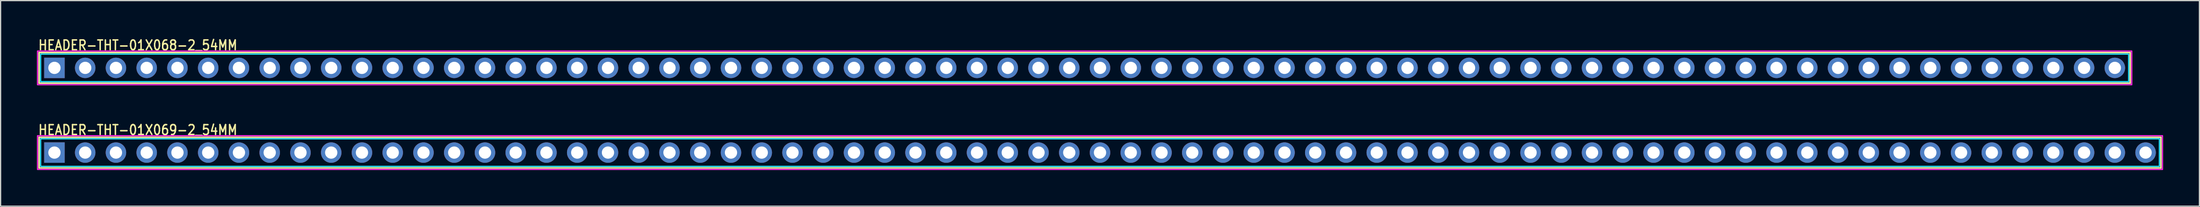
<source format=kicad_pcb>
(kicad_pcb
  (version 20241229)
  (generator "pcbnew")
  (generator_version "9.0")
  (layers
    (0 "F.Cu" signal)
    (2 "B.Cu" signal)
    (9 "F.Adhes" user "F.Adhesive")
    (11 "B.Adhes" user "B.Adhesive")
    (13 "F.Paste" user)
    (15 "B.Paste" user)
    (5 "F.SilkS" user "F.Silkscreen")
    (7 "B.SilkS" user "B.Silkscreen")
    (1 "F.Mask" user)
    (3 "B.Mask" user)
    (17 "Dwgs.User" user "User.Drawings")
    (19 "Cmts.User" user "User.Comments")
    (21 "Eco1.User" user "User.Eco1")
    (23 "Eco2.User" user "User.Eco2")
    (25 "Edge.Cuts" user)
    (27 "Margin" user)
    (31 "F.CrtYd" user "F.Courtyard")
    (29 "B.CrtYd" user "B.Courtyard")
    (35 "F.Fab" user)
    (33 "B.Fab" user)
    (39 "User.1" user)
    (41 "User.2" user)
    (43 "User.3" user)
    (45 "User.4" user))
  (footprint "HEADER-THT-01X068-2_54MM"
    (layer "F.Cu")
    (at 1.447 2.579)
    (property "Reference" "HEADER-THT-01X068-2_54MM" (at -1.4 -1.4 0) (unlocked yes) (layer "F.SilkS") (effects (font (size 0.813 0.695) (thickness 0.122)) (justify left bottom)))
    (fp_line (start -1.27 -1.27) (end -1.27 1.27) (stroke (width 0.127) (type solid)) (layer "F.SilkS"))
    (fp_line (start -1.27 1.27) (end 171.45 1.27) (stroke (width 0.127) (type solid)) (layer "F.SilkS"))
    (fp_line (start 171.45 -1.27) (end -1.27 -1.27) (stroke (width 0.127) (type solid)) (layer "F.SilkS"))
    (fp_line (start 171.45 1.27) (end 171.45 -1.27) (stroke (width 0.127) (type solid)) (layer "F.SilkS"))
    (fp_poly (pts (xy -1.143 -1.143) (xy 171.323 -1.143) (xy 171.323 1.143) (xy -1.143 1.143)) (stroke (width 0.1) (type solid)) (fill no) (layer "B.CrtYd"))
    (fp_poly (pts (xy -1.397 -1.397) (xy 171.577 -1.397) (xy 171.577 1.397) (xy -1.397 1.397)) (stroke (width 0.1) (type solid)) (fill no) (layer "F.CrtYd"))
    (pad "1" thru_hole rect (at 0 0) (size 1.693 1.693) (drill 1.016) (layers "*.Cu" "*.Mask"))
    (pad "2" thru_hole oval (at 2.54 0) (size 1.693 1.693) (drill 1.016) (layers "*.Cu" "*.Mask"))
    (pad "3" thru_hole oval (at 5.08 0) (size 1.693 1.693) (drill 1.016) (layers "*.Cu" "*.Mask"))
    (pad "4" thru_hole oval (at 7.62 0) (size 1.693 1.693) (drill 1.016) (layers "*.Cu" "*.Mask"))
    (pad "5" thru_hole oval (at 10.16 0) (size 1.693 1.693) (drill 1.016) (layers "*.Cu" "*.Mask"))
    (pad "6" thru_hole oval (at 12.7 0) (size 1.693 1.693) (drill 1.016) (layers "*.Cu" "*.Mask"))
    (pad "7" thru_hole oval (at 15.24 0) (size 1.693 1.693) (drill 1.016) (layers "*.Cu" "*.Mask"))
    (pad "8" thru_hole oval (at 17.78 0) (size 1.693 1.693) (drill 1.016) (layers "*.Cu" "*.Mask"))
    (pad "9" thru_hole oval (at 20.32 0) (size 1.693 1.693) (drill 1.016) (layers "*.Cu" "*.Mask"))
    (pad "10" thru_hole oval (at 22.86 0) (size 1.693 1.693) (drill 1.016) (layers "*.Cu" "*.Mask"))
    (pad "11" thru_hole oval (at 25.4 0) (size 1.693 1.693) (drill 1.016) (layers "*.Cu" "*.Mask"))
    (pad "12" thru_hole oval (at 27.94 0) (size 1.693 1.693) (drill 1.016) (layers "*.Cu" "*.Mask"))
    (pad "13" thru_hole oval (at 30.48 0) (size 1.693 1.693) (drill 1.016) (layers "*.Cu" "*.Mask"))
    (pad "14" thru_hole oval (at 33.02 0) (size 1.693 1.693) (drill 1.016) (layers "*.Cu" "*.Mask"))
    (pad "15" thru_hole oval (at 35.56 0) (size 1.693 1.693) (drill 1.016) (layers "*.Cu" "*.Mask"))
    (pad "16" thru_hole oval (at 38.1 0) (size 1.693 1.693) (drill 1.016) (layers "*.Cu" "*.Mask"))
    (pad "17" thru_hole oval (at 40.64 0) (size 1.693 1.693) (drill 1.016) (layers "*.Cu" "*.Mask"))
    (pad "18" thru_hole oval (at 43.18 0) (size 1.693 1.693) (drill 1.016) (layers "*.Cu" "*.Mask"))
    (pad "19" thru_hole oval (at 45.72 0) (size 1.693 1.693) (drill 1.016) (layers "*.Cu" "*.Mask"))
    (pad "20" thru_hole oval (at 48.26 0) (size 1.693 1.693) (drill 1.016) (layers "*.Cu" "*.Mask"))
    (pad "21" thru_hole oval (at 50.8 0) (size 1.693 1.693) (drill 1.016) (layers "*.Cu" "*.Mask"))
    (pad "22" thru_hole oval (at 53.34 0) (size 1.693 1.693) (drill 1.016) (layers "*.Cu" "*.Mask"))
    (pad "23" thru_hole oval (at 55.88 0) (size 1.693 1.693) (drill 1.016) (layers "*.Cu" "*.Mask"))
    (pad "24" thru_hole oval (at 58.42 0) (size 1.693 1.693) (drill 1.016) (layers "*.Cu" "*.Mask"))
    (pad "25" thru_hole oval (at 60.96 0) (size 1.693 1.693) (drill 1.016) (layers "*.Cu" "*.Mask"))
    (pad "26" thru_hole oval (at 63.5 0) (size 1.693 1.693) (drill 1.016) (layers "*.Cu" "*.Mask"))
    (pad "27" thru_hole oval (at 66.04 0) (size 1.693 1.693) (drill 1.016) (layers "*.Cu" "*.Mask"))
    (pad "28" thru_hole oval (at 68.58 0) (size 1.693 1.693) (drill 1.016) (layers "*.Cu" "*.Mask"))
    (pad "29" thru_hole oval (at 71.12 0) (size 1.693 1.693) (drill 1.016) (layers "*.Cu" "*.Mask"))
    (pad "30" thru_hole oval (at 73.66 0) (size 1.693 1.693) (drill 1.016) (layers "*.Cu" "*.Mask"))
    (pad "31" thru_hole oval (at 76.2 0) (size 1.693 1.693) (drill 1.016) (layers "*.Cu" "*.Mask"))
    (pad "32" thru_hole oval (at 78.74 0) (size 1.693 1.693) (drill 1.016) (layers "*.Cu" "*.Mask"))
    (pad "33" thru_hole oval (at 81.28 0) (size 1.693 1.693) (drill 1.016) (layers "*.Cu" "*.Mask"))
    (pad "34" thru_hole oval (at 83.82 0) (size 1.693 1.693) (drill 1.016) (layers "*.Cu" "*.Mask"))
    (pad "35" thru_hole oval (at 86.36 0) (size 1.693 1.693) (drill 1.016) (layers "*.Cu" "*.Mask"))
    (pad "36" thru_hole oval (at 88.9 0) (size 1.693 1.693) (drill 1.016) (layers "*.Cu" "*.Mask"))
    (pad "37" thru_hole oval (at 91.44 0) (size 1.693 1.693) (drill 1.016) (layers "*.Cu" "*.Mask"))
    (pad "38" thru_hole oval (at 93.98 0) (size 1.693 1.693) (drill 1.016) (layers "*.Cu" "*.Mask"))
    (pad "39" thru_hole oval (at 96.52 0) (size 1.693 1.693) (drill 1.016) (layers "*.Cu" "*.Mask"))
    (pad "40" thru_hole oval (at 99.06 0) (size 1.693 1.693) (drill 1.016) (layers "*.Cu" "*.Mask"))
    (pad "41" thru_hole oval (at 101.6 0) (size 1.693 1.693) (drill 1.016) (layers "*.Cu" "*.Mask"))
    (pad "42" thru_hole oval (at 104.14 0) (size 1.693 1.693) (drill 1.016) (layers "*.Cu" "*.Mask"))
    (pad "43" thru_hole oval (at 106.68 0) (size 1.693 1.693) (drill 1.016) (layers "*.Cu" "*.Mask"))
    (pad "44" thru_hole oval (at 109.22 0) (size 1.693 1.693) (drill 1.016) (layers "*.Cu" "*.Mask"))
    (pad "45" thru_hole oval (at 111.76 0) (size 1.693 1.693) (drill 1.016) (layers "*.Cu" "*.Mask"))
    (pad "46" thru_hole oval (at 114.3 0) (size 1.693 1.693) (drill 1.016) (layers "*.Cu" "*.Mask"))
    (pad "47" thru_hole oval (at 116.84 0) (size 1.693 1.693) (drill 1.016) (layers "*.Cu" "*.Mask"))
    (pad "48" thru_hole oval (at 119.38 0) (size 1.693 1.693) (drill 1.016) (layers "*.Cu" "*.Mask"))
    (pad "49" thru_hole oval (at 121.92 0) (size 1.693 1.693) (drill 1.016) (layers "*.Cu" "*.Mask"))
    (pad "50" thru_hole oval (at 124.46 0) (size 1.693 1.693) (drill 1.016) (layers "*.Cu" "*.Mask"))
    (pad "51" thru_hole oval (at 127 0) (size 1.693 1.693) (drill 1.016) (layers "*.Cu" "*.Mask"))
    (pad "52" thru_hole oval (at 129.54 0) (size 1.693 1.693) (drill 1.016) (layers "*.Cu" "*.Mask"))
    (pad "53" thru_hole oval (at 132.08 0) (size 1.693 1.693) (drill 1.016) (layers "*.Cu" "*.Mask"))
    (pad "54" thru_hole oval (at 134.62 0) (size 1.693 1.693) (drill 1.016) (layers "*.Cu" "*.Mask"))
    (pad "55" thru_hole oval (at 137.16 0) (size 1.693 1.693) (drill 1.016) (layers "*.Cu" "*.Mask"))
    (pad "56" thru_hole oval (at 139.7 0) (size 1.693 1.693) (drill 1.016) (layers "*.Cu" "*.Mask"))
    (pad "57" thru_hole oval (at 142.24 0) (size 1.693 1.693) (drill 1.016) (layers "*.Cu" "*.Mask"))
    (pad "58" thru_hole oval (at 144.78 0) (size 1.693 1.693) (drill 1.016) (layers "*.Cu" "*.Mask"))
    (pad "59" thru_hole oval (at 147.32 0) (size 1.693 1.693) (drill 1.016) (layers "*.Cu" "*.Mask"))
    (pad "60" thru_hole oval (at 149.86 0) (size 1.693 1.693) (drill 1.016) (layers "*.Cu" "*.Mask"))
    (pad "61" thru_hole oval (at 152.4 0) (size 1.693 1.693) (drill 1.016) (layers "*.Cu" "*.Mask"))
    (pad "62" thru_hole oval (at 154.94 0) (size 1.693 1.693) (drill 1.016) (layers "*.Cu" "*.Mask"))
    (pad "63" thru_hole oval (at 157.48 0) (size 1.693 1.693) (drill 1.016) (layers "*.Cu" "*.Mask"))
    (pad "64" thru_hole oval (at 160.02 0) (size 1.693 1.693) (drill 1.016) (layers "*.Cu" "*.Mask"))
    (pad "65" thru_hole oval (at 162.56 0) (size 1.693 1.693) (drill 1.016) (layers "*.Cu" "*.Mask"))
    (pad "66" thru_hole oval (at 165.1 0) (size 1.693 1.693) (drill 1.016) (layers "*.Cu" "*.Mask"))
    (pad "67" thru_hole oval (at 167.64 0) (size 1.693 1.693) (drill 1.016) (layers "*.Cu" "*.Mask"))
    (pad "68" thru_hole oval (at 170.18 0) (size 1.693 1.693) (drill 1.016) (layers "*.Cu" "*.Mask")))
  (footprint "HEADER-THT-01X069-2_54MM"
    (layer "F.Cu")
    (at 1.447 9.604)
    (property "Reference" "HEADER-THT-01X069-2_54MM" (at -1.4 -1.4 0) (unlocked yes) (layer "F.SilkS") (effects (font (size 0.813 0.695) (thickness 0.122)) (justify left bottom)))
    (fp_line (start -1.27 -1.27) (end -1.27 1.27) (stroke (width 0.127) (type solid)) (layer "F.SilkS"))
    (fp_line (start -1.27 1.27) (end 173.99 1.27) (stroke (width 0.127) (type solid)) (layer "F.SilkS"))
    (fp_line (start 173.99 -1.27) (end -1.27 -1.27) (stroke (width 0.127) (type solid)) (layer "F.SilkS"))
    (fp_line (start 173.99 1.27) (end 173.99 -1.27) (stroke (width 0.127) (type solid)) (layer "F.SilkS"))
    (fp_poly (pts (xy -1.143 -1.143) (xy 173.863 -1.143) (xy 173.863 1.143) (xy -1.143 1.143)) (stroke (width 0.1) (type solid)) (fill no) (layer "B.CrtYd"))
    (fp_poly (pts (xy -1.397 -1.397) (xy 174.117 -1.397) (xy 174.117 1.397) (xy -1.397 1.397)) (stroke (width 0.1) (type solid)) (fill no) (layer "F.CrtYd"))
    (pad "1" thru_hole rect (at 0 0) (size 1.693 1.693) (drill 1.016) (layers "*.Cu" "*.Mask"))
    (pad "2" thru_hole oval (at 2.54 0) (size 1.693 1.693) (drill 1.016) (layers "*.Cu" "*.Mask"))
    (pad "3" thru_hole oval (at 5.08 0) (size 1.693 1.693) (drill 1.016) (layers "*.Cu" "*.Mask"))
    (pad "4" thru_hole oval (at 7.62 0) (size 1.693 1.693) (drill 1.016) (layers "*.Cu" "*.Mask"))
    (pad "5" thru_hole oval (at 10.16 0) (size 1.693 1.693) (drill 1.016) (layers "*.Cu" "*.Mask"))
    (pad "6" thru_hole oval (at 12.7 0) (size 1.693 1.693) (drill 1.016) (layers "*.Cu" "*.Mask"))
    (pad "7" thru_hole oval (at 15.24 0) (size 1.693 1.693) (drill 1.016) (layers "*.Cu" "*.Mask"))
    (pad "8" thru_hole oval (at 17.78 0) (size 1.693 1.693) (drill 1.016) (layers "*.Cu" "*.Mask"))
    (pad "9" thru_hole oval (at 20.32 0) (size 1.693 1.693) (drill 1.016) (layers "*.Cu" "*.Mask"))
    (pad "10" thru_hole oval (at 22.86 0) (size 1.693 1.693) (drill 1.016) (layers "*.Cu" "*.Mask"))
    (pad "11" thru_hole oval (at 25.4 0) (size 1.693 1.693) (drill 1.016) (layers "*.Cu" "*.Mask"))
    (pad "12" thru_hole oval (at 27.94 0) (size 1.693 1.693) (drill 1.016) (layers "*.Cu" "*.Mask"))
    (pad "13" thru_hole oval (at 30.48 0) (size 1.693 1.693) (drill 1.016) (layers "*.Cu" "*.Mask"))
    (pad "14" thru_hole oval (at 33.02 0) (size 1.693 1.693) (drill 1.016) (layers "*.Cu" "*.Mask"))
    (pad "15" thru_hole oval (at 35.56 0) (size 1.693 1.693) (drill 1.016) (layers "*.Cu" "*.Mask"))
    (pad "16" thru_hole oval (at 38.1 0) (size 1.693 1.693) (drill 1.016) (layers "*.Cu" "*.Mask"))
    (pad "17" thru_hole oval (at 40.64 0) (size 1.693 1.693) (drill 1.016) (layers "*.Cu" "*.Mask"))
    (pad "18" thru_hole oval (at 43.18 0) (size 1.693 1.693) (drill 1.016) (layers "*.Cu" "*.Mask"))
    (pad "19" thru_hole oval (at 45.72 0) (size 1.693 1.693) (drill 1.016) (layers "*.Cu" "*.Mask"))
    (pad "20" thru_hole oval (at 48.26 0) (size 1.693 1.693) (drill 1.016) (layers "*.Cu" "*.Mask"))
    (pad "21" thru_hole oval (at 50.8 0) (size 1.693 1.693) (drill 1.016) (layers "*.Cu" "*.Mask"))
    (pad "22" thru_hole oval (at 53.34 0) (size 1.693 1.693) (drill 1.016) (layers "*.Cu" "*.Mask"))
    (pad "23" thru_hole oval (at 55.88 0) (size 1.693 1.693) (drill 1.016) (layers "*.Cu" "*.Mask"))
    (pad "24" thru_hole oval (at 58.42 0) (size 1.693 1.693) (drill 1.016) (layers "*.Cu" "*.Mask"))
    (pad "25" thru_hole oval (at 60.96 0) (size 1.693 1.693) (drill 1.016) (layers "*.Cu" "*.Mask"))
    (pad "26" thru_hole oval (at 63.5 0) (size 1.693 1.693) (drill 1.016) (layers "*.Cu" "*.Mask"))
    (pad "27" thru_hole oval (at 66.04 0) (size 1.693 1.693) (drill 1.016) (layers "*.Cu" "*.Mask"))
    (pad "28" thru_hole oval (at 68.58 0) (size 1.693 1.693) (drill 1.016) (layers "*.Cu" "*.Mask"))
    (pad "29" thru_hole oval (at 71.12 0) (size 1.693 1.693) (drill 1.016) (layers "*.Cu" "*.Mask"))
    (pad "30" thru_hole oval (at 73.66 0) (size 1.693 1.693) (drill 1.016) (layers "*.Cu" "*.Mask"))
    (pad "31" thru_hole oval (at 76.2 0) (size 1.693 1.693) (drill 1.016) (layers "*.Cu" "*.Mask"))
    (pad "32" thru_hole oval (at 78.74 0) (size 1.693 1.693) (drill 1.016) (layers "*.Cu" "*.Mask"))
    (pad "33" thru_hole oval (at 81.28 0) (size 1.693 1.693) (drill 1.016) (layers "*.Cu" "*.Mask"))
    (pad "34" thru_hole oval (at 83.82 0) (size 1.693 1.693) (drill 1.016) (layers "*.Cu" "*.Mask"))
    (pad "35" thru_hole oval (at 86.36 0) (size 1.693 1.693) (drill 1.016) (layers "*.Cu" "*.Mask"))
    (pad "36" thru_hole oval (at 88.9 0) (size 1.693 1.693) (drill 1.016) (layers "*.Cu" "*.Mask"))
    (pad "37" thru_hole oval (at 91.44 0) (size 1.693 1.693) (drill 1.016) (layers "*.Cu" "*.Mask"))
    (pad "38" thru_hole oval (at 93.98 0) (size 1.693 1.693) (drill 1.016) (layers "*.Cu" "*.Mask"))
    (pad "39" thru_hole oval (at 96.52 0) (size 1.693 1.693) (drill 1.016) (layers "*.Cu" "*.Mask"))
    (pad "40" thru_hole oval (at 99.06 0) (size 1.693 1.693) (drill 1.016) (layers "*.Cu" "*.Mask"))
    (pad "41" thru_hole oval (at 101.6 0) (size 1.693 1.693) (drill 1.016) (layers "*.Cu" "*.Mask"))
    (pad "42" thru_hole oval (at 104.14 0) (size 1.693 1.693) (drill 1.016) (layers "*.Cu" "*.Mask"))
    (pad "43" thru_hole oval (at 106.68 0) (size 1.693 1.693) (drill 1.016) (layers "*.Cu" "*.Mask"))
    (pad "44" thru_hole oval (at 109.22 0) (size 1.693 1.693) (drill 1.016) (layers "*.Cu" "*.Mask"))
    (pad "45" thru_hole oval (at 111.76 0) (size 1.693 1.693) (drill 1.016) (layers "*.Cu" "*.Mask"))
    (pad "46" thru_hole oval (at 114.3 0) (size 1.693 1.693) (drill 1.016) (layers "*.Cu" "*.Mask"))
    (pad "47" thru_hole oval (at 116.84 0) (size 1.693 1.693) (drill 1.016) (layers "*.Cu" "*.Mask"))
    (pad "48" thru_hole oval (at 119.38 0) (size 1.693 1.693) (drill 1.016) (layers "*.Cu" "*.Mask"))
    (pad "49" thru_hole oval (at 121.92 0) (size 1.693 1.693) (drill 1.016) (layers "*.Cu" "*.Mask"))
    (pad "50" thru_hole oval (at 124.46 0) (size 1.693 1.693) (drill 1.016) (layers "*.Cu" "*.Mask"))
    (pad "51" thru_hole oval (at 127 0) (size 1.693 1.693) (drill 1.016) (layers "*.Cu" "*.Mask"))
    (pad "52" thru_hole oval (at 129.54 0) (size 1.693 1.693) (drill 1.016) (layers "*.Cu" "*.Mask"))
    (pad "53" thru_hole oval (at 132.08 0) (size 1.693 1.693) (drill 1.016) (layers "*.Cu" "*.Mask"))
    (pad "54" thru_hole oval (at 134.62 0) (size 1.693 1.693) (drill 1.016) (layers "*.Cu" "*.Mask"))
    (pad "55" thru_hole oval (at 137.16 0) (size 1.693 1.693) (drill 1.016) (layers "*.Cu" "*.Mask"))
    (pad "56" thru_hole oval (at 139.7 0) (size 1.693 1.693) (drill 1.016) (layers "*.Cu" "*.Mask"))
    (pad "57" thru_hole oval (at 142.24 0) (size 1.693 1.693) (drill 1.016) (layers "*.Cu" "*.Mask"))
    (pad "58" thru_hole oval (at 144.78 0) (size 1.693 1.693) (drill 1.016) (layers "*.Cu" "*.Mask"))
    (pad "59" thru_hole oval (at 147.32 0) (size 1.693 1.693) (drill 1.016) (layers "*.Cu" "*.Mask"))
    (pad "60" thru_hole oval (at 149.86 0) (size 1.693 1.693) (drill 1.016) (layers "*.Cu" "*.Mask"))
    (pad "61" thru_hole oval (at 152.4 0) (size 1.693 1.693) (drill 1.016) (layers "*.Cu" "*.Mask"))
    (pad "62" thru_hole oval (at 154.94 0) (size 1.693 1.693) (drill 1.016) (layers "*.Cu" "*.Mask"))
    (pad "63" thru_hole oval (at 157.48 0) (size 1.693 1.693) (drill 1.016) (layers "*.Cu" "*.Mask"))
    (pad "64" thru_hole oval (at 160.02 0) (size 1.693 1.693) (drill 1.016) (layers "*.Cu" "*.Mask"))
    (pad "65" thru_hole oval (at 162.56 0) (size 1.693 1.693) (drill 1.016) (layers "*.Cu" "*.Mask"))
    (pad "66" thru_hole oval (at 165.1 0) (size 1.693 1.693) (drill 1.016) (layers "*.Cu" "*.Mask"))
    (pad "67" thru_hole oval (at 167.64 0) (size 1.693 1.693) (drill 1.016) (layers "*.Cu" "*.Mask"))
    (pad "68" thru_hole oval (at 170.18 0) (size 1.693 1.693) (drill 1.016) (layers "*.Cu" "*.Mask"))
    (pad "69" thru_hole oval (at 172.72 0) (size 1.693 1.693) (drill 1.016) (layers "*.Cu" "*.Mask")))
  (gr_rect
    (start -3 -3)
    (end 178.614 14.051)
    (stroke (width 0.1) (type default))
    (fill no)
    (layer "Edge.Cuts")))
</source>
